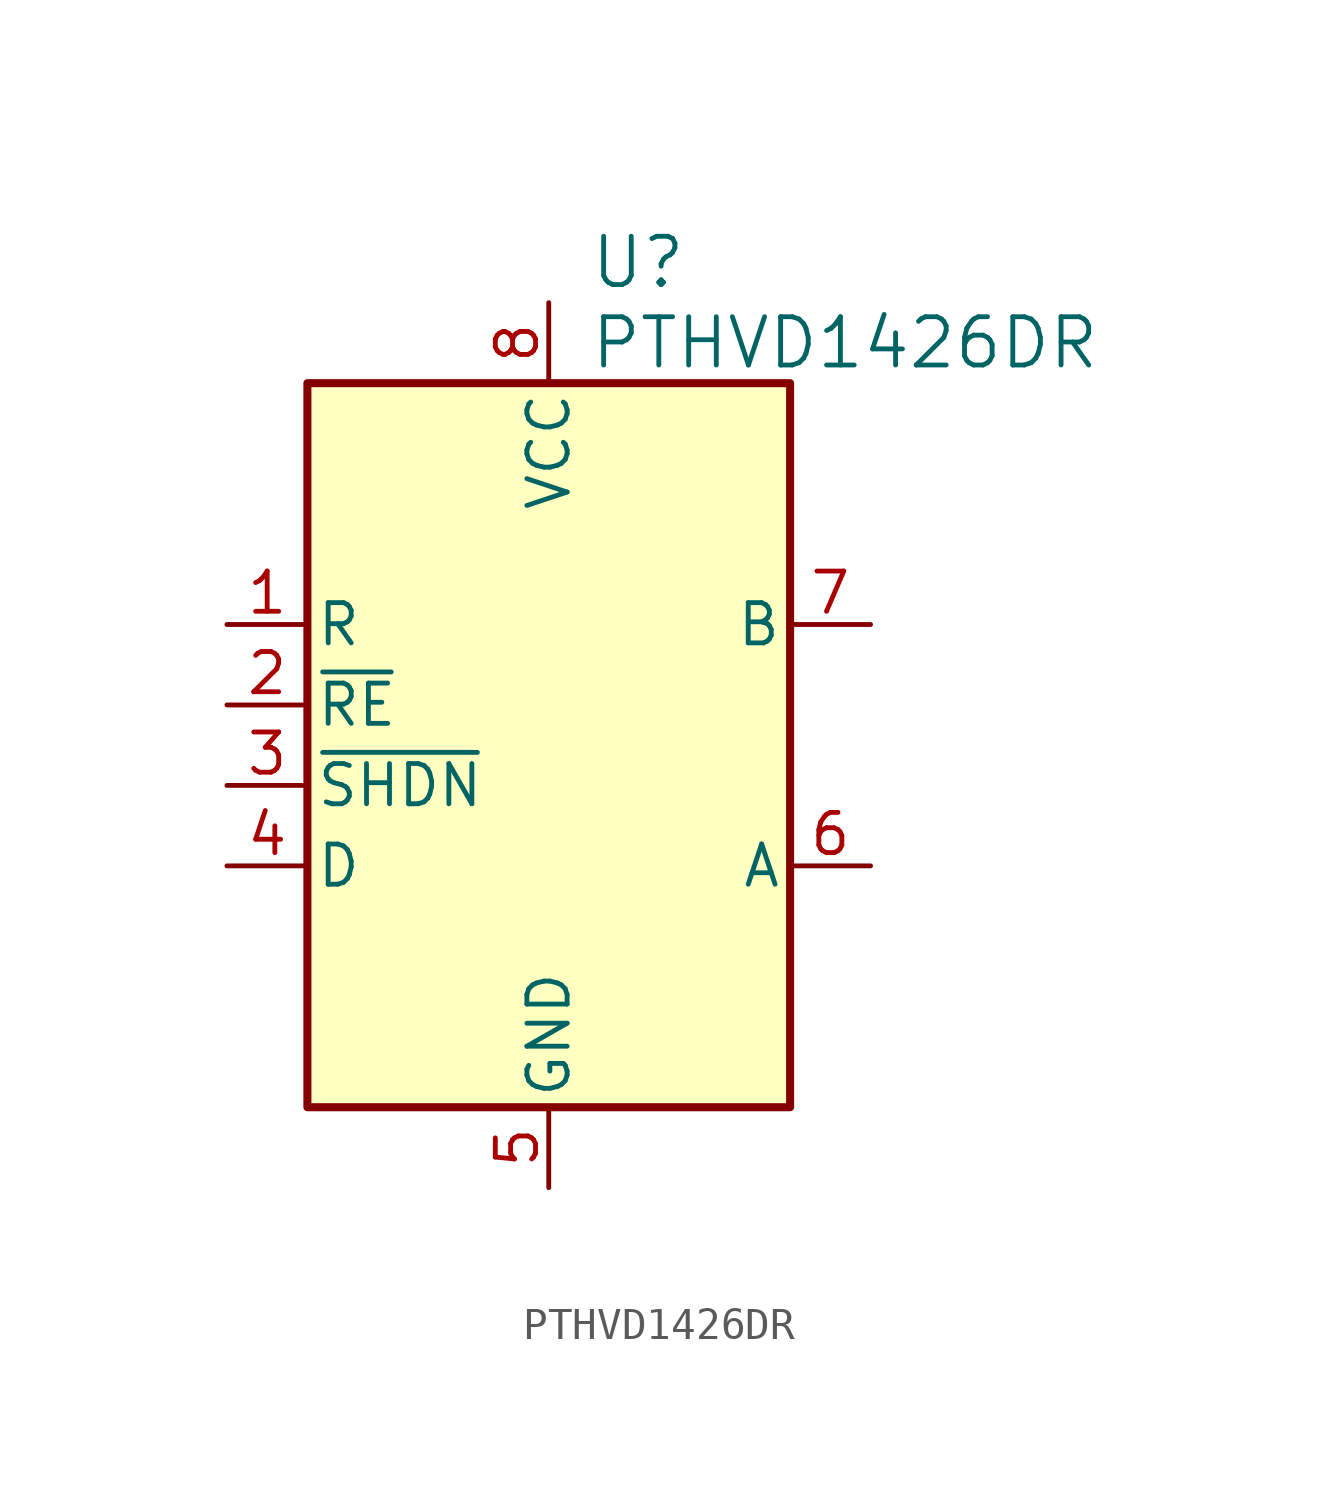
<source format=kicad_sym>
(kicad_symbol_lib
  (version 20220914)
  (generator kicad_symbol_editor)
  (symbol "PTHVD1426DR"
    (pin_names
      (offset 0.254))
    (property "Reference" "U"
      (at 29.21 13.97 0)
      (effects (font (size 1.524 1.524)) (justify left)))
    (property "Value" "PTHVD1426DR"
      (at 29.21 11.43 0)
      (effects (font (size 1.524 1.524)) (justify left)))
    (property "ki_locked" ""
      (at 0 0 0)
      (effects (font (size 1.27 1.27))))
    (symbol "PTHVD1426DR_1_1"
      (rectangle (start 20.32 10.16) (end 35.56 -12.7) (stroke (width 0.254) (type default)) (fill (type background)))
      (pin unspecified line (at 17.78 2.54 0) (length 2.54) (name "R" (effects (font (size 1.27 1.27)))) (number "1" (effects (font (size 1.27 1.27)))))
      (pin unspecified line (at 17.78 0 0) (length 2.54) (name "~{RE}" (effects (font (size 1.27 1.27)))) (number "2" (effects (font (size 1.27 1.27)))))
      (pin unspecified line (at 17.78 -2.54 0) (length 2.54) (name "~{SHDN}" (effects (font (size 1.27 1.27)))) (number "3" (effects (font (size 1.27 1.27)))))
      (pin unspecified line (at 17.78 -5.08 0) (length 2.54) (name "D" (effects (font (size 1.27 1.27)))) (number "4" (effects (font (size 1.27 1.27)))))
      (pin power_out line (at 27.94 -15.24 90) (length 2.54) (name "GND" (effects (font (size 1.27 1.27)))) (number "5" (effects (font (size 1.27 1.27)))))
      (pin unspecified line (at 38.1 -5.08 180) (length 2.54) (name "A" (effects (font (size 1.27 1.27)))) (number "6" (effects (font (size 1.27 1.27)))))
      (pin unspecified line (at 38.1 2.54 180) (length 2.54) (name "B" (effects (font (size 1.27 1.27)))) (number "7" (effects (font (size 1.27 1.27)))))
      (pin power_in line (at 27.94 12.7 270) (length 2.54) (name "VCC" (effects (font (size 1.27 1.27)))) (number "8" (effects (font (size 1.27 1.27))))))))
</source>
